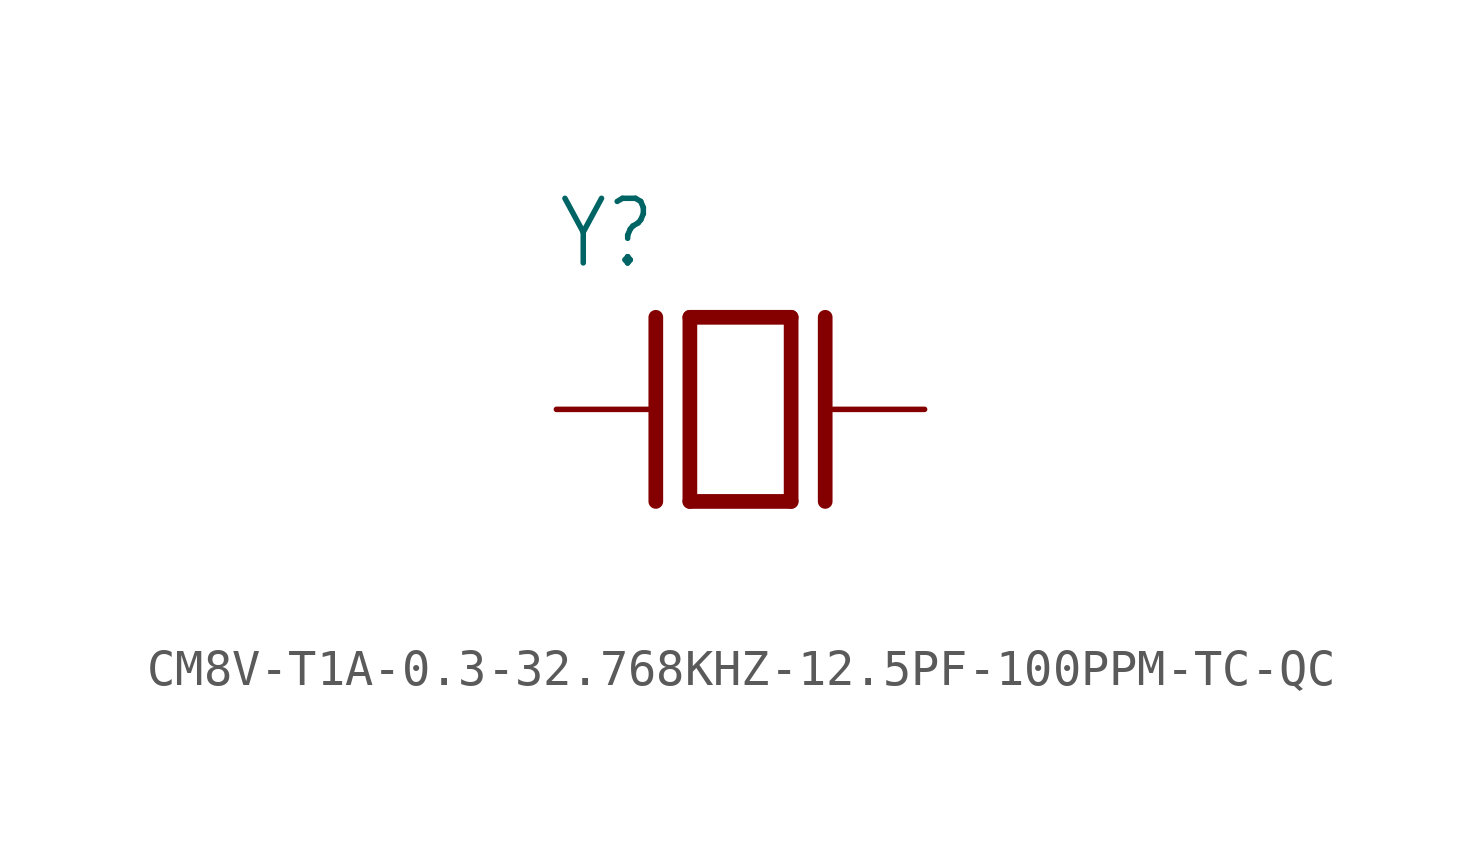
<source format=kicad_sym>
(kicad_symbol_lib
  (version 20220914)
  (generator kicad_symbol_editor)
  (symbol "CM8V-T1A-0.3-32.768KHZ-12.5PF-100PPM-TC-QC"
    (property "Reference" "Y"
      (at -5.088 3.816 0)
      (effects (font (size 1.781 1.514)) (justify left bottom)))
    (property "Value" ""
      (at -5.094 -5.094 0)
      (effects (font (size 1.783 1.516)) (justify left bottom)))
    (property "ki_locked" ""
      (at 0 0 0)
      (effects (font (size 1.27 1.27))))
    (symbol "CM8V-T1A-0.3-32.768KHZ-12.5PF-100PPM-TC-QC_1_0"
      (polyline (pts (xy -2.337 2.54) (xy -2.337 -2.54)) (stroke (width 0.406) (type solid)) (fill (type none)))
      (polyline (pts (xy -1.397 2.54) (xy -1.397 -2.54)) (stroke (width 0.406) (type solid)) (fill (type none)))
      (polyline (pts (xy -1.397 2.54) (xy 1.397 2.54)) (stroke (width 0.406) (type solid)) (fill (type none)))
      (polyline (pts (xy 1.397 -2.54) (xy -1.397 -2.54)) (stroke (width 0.406) (type solid)) (fill (type none)))
      (polyline (pts (xy 1.397 2.54) (xy 1.397 -2.54)) (stroke (width 0.406) (type solid)) (fill (type none)))
      (polyline (pts (xy 2.337 2.54) (xy 2.337 -2.54)) (stroke (width 0.406) (type solid)) (fill (type none)))
      (pin passive line (at -5.08 0 0) (length 2.54) (name "1" (effects (font (size 0 0)))) (number "1" (effects (font (size 0 0)))))
      (pin passive line (at 5.08 0 180) (length 2.54) (name "2" (effects (font (size 0 0)))) (number "2" (effects (font (size 0 0))))))))
</source>
